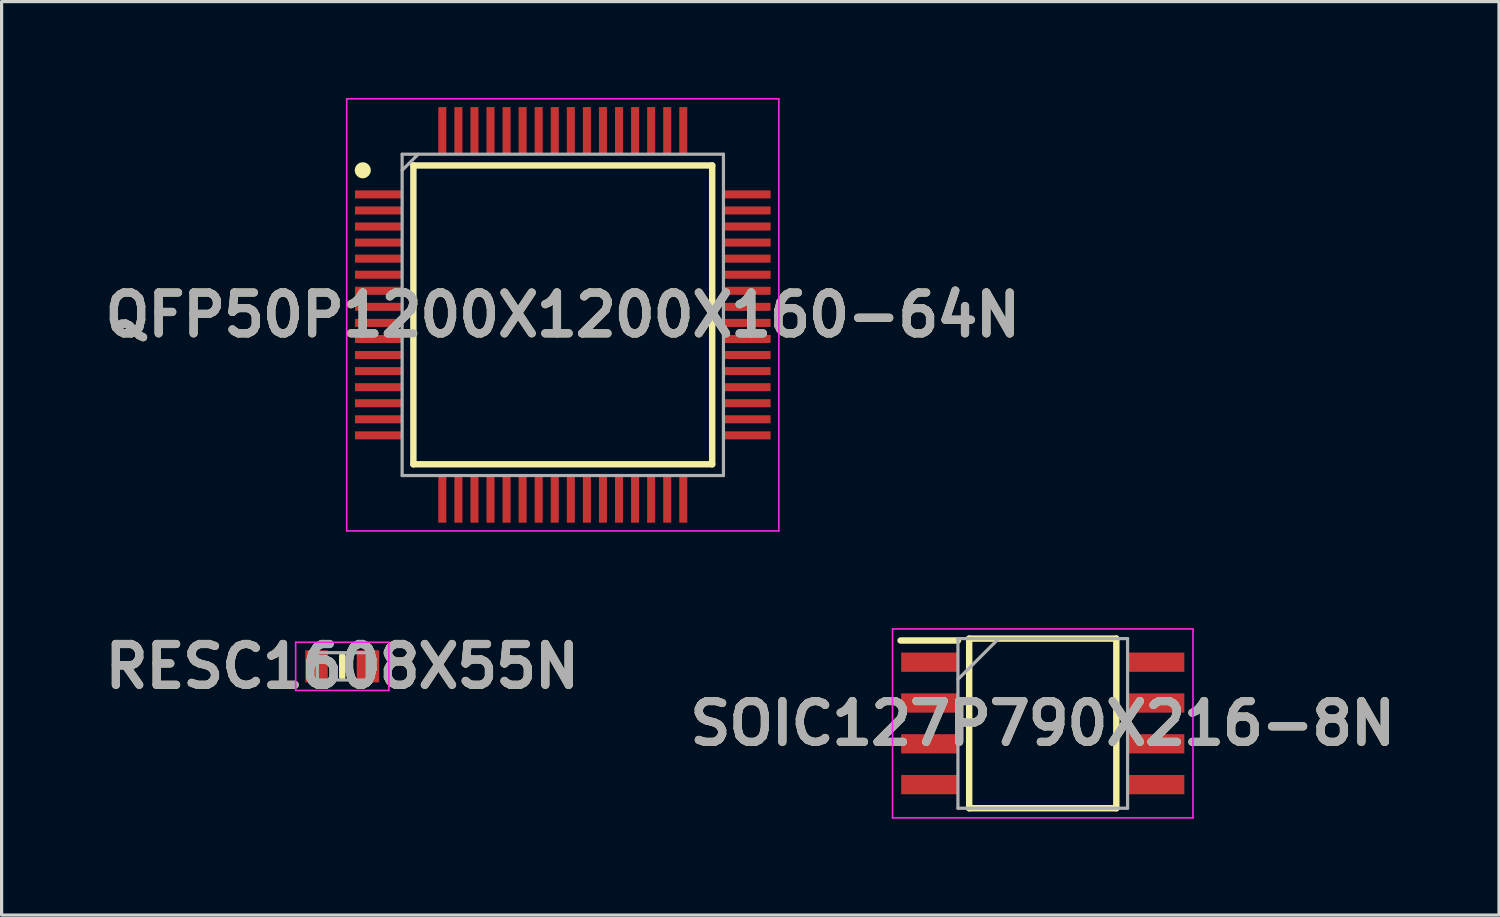
<source format=kicad_pcb>
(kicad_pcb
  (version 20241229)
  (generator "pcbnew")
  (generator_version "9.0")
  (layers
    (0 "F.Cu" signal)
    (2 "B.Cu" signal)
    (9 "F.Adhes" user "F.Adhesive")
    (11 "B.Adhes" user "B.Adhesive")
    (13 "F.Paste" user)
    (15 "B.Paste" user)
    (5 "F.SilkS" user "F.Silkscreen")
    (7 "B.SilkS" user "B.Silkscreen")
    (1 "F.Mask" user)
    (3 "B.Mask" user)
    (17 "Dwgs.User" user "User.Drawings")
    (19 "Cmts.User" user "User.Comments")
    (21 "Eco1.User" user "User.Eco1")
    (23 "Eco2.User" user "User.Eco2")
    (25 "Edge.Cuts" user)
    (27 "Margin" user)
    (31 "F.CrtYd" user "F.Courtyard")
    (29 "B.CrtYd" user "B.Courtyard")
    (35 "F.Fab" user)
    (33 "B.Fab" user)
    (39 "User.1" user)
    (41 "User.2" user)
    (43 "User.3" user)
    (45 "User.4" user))
  (footprint "RESC1608X55N"
    (layer "F.Cu")
    (at 7.602 17.689)
    (property "Reference" "RESC1608X55N" (at 0 0 0) (layer "F.SilkS") (effects (font (size 1.27 1.27) (thickness 0.254))))
    (attr smd)
    (fp_line (start 0 -0.325) (end 0 0.325) (stroke (width 0.2) (type solid)) (layer "F.SilkS"))
    (fp_line (start -1.45 -0.75) (end 1.45 -0.75) (stroke (width 0.05) (type solid)) (layer "F.CrtYd"))
    (fp_line (start -1.45 0.75) (end -1.45 -0.75) (stroke (width 0.05) (type solid)) (layer "F.CrtYd"))
    (fp_line (start 1.45 -0.75) (end 1.45 0.75) (stroke (width 0.05) (type solid)) (layer "F.CrtYd"))
    (fp_line (start 1.45 0.75) (end -1.45 0.75) (stroke (width 0.05) (type solid)) (layer "F.CrtYd"))
    (fp_line (start -0.775 -0.425) (end 0.775 -0.425) (stroke (width 0.1) (type solid)) (layer "F.Fab"))
    (fp_line (start -0.775 0.425) (end -0.775 -0.425) (stroke (width 0.1) (type solid)) (layer "F.Fab"))
    (fp_line (start 0.775 -0.425) (end 0.775 0.425) (stroke (width 0.1) (type solid)) (layer "F.Fab"))
    (fp_line (start 0.775 0.425) (end -0.775 0.425) (stroke (width 0.1) (type solid)) (layer "F.Fab"))
    (fp_text user "${REFERENCE}" (at 0 0 0) (layer "F.Fab") (effects (font (size 1.27 1.27) (thickness 0.254))))
    (pad "1" smd rect (at -0.8 0) (size 0.7 1) (layers "F.Cu" "F.Mask" "F.Paste"))
    (pad "2" smd rect (at 0.8 0) (size 0.7 1) (layers "F.Cu" "F.Mask" "F.Paste")))
  (footprint "QFP50P1200X1200X160-64N"
    (layer "F.Cu")
    (at 14.466 6.75)
    (property "Reference" "QFP50P1200X1200X160-64N" (at 0 0 0) (layer "F.SilkS") (effects (font (size 1.27 1.27) (thickness 0.254))))
    (attr smd)
    (fp_line (start -4.65 -4.65) (end 4.65 -4.65) (stroke (width 0.2) (type solid)) (layer "F.SilkS"))
    (fp_line (start -4.65 4.65) (end -4.65 -4.65) (stroke (width 0.2) (type solid)) (layer "F.SilkS"))
    (fp_line (start 4.65 -4.65) (end 4.65 4.65) (stroke (width 0.2) (type solid)) (layer "F.SilkS"))
    (fp_line (start 4.65 4.65) (end -4.65 4.65) (stroke (width 0.2) (type solid)) (layer "F.SilkS"))
    (fp_circle (center -6.225 -4.5) (end -6.225 -4.375) (stroke (width 0.25) (type solid)) (fill no) (layer "F.SilkS"))
    (fp_line (start -6.725 -6.725) (end 6.725 -6.725) (stroke (width 0.05) (type solid)) (layer "F.CrtYd"))
    (fp_line (start -6.725 6.725) (end -6.725 -6.725) (stroke (width 0.05) (type solid)) (layer "F.CrtYd"))
    (fp_line (start 6.725 -6.725) (end 6.725 6.725) (stroke (width 0.05) (type solid)) (layer "F.CrtYd"))
    (fp_line (start 6.725 6.725) (end -6.725 6.725) (stroke (width 0.05) (type solid)) (layer "F.CrtYd"))
    (fp_line (start -5 -5) (end 5 -5) (stroke (width 0.1) (type solid)) (layer "F.Fab"))
    (fp_line (start -5 -4.5) (end -4.5 -5) (stroke (width 0.1) (type solid)) (layer "F.Fab"))
    (fp_line (start -5 5) (end -5 -5) (stroke (width 0.1) (type solid)) (layer "F.Fab"))
    (fp_line (start 5 -5) (end 5 5) (stroke (width 0.1) (type solid)) (layer "F.Fab"))
    (fp_line (start 5 5) (end -5 5) (stroke (width 0.1) (type solid)) (layer "F.Fab"))
    (fp_text user "${REFERENCE}" (at 0 0 0) (layer "F.Fab") (effects (font (size 1.27 1.27) (thickness 0.254))))
    (pad "1" smd rect (at -5.738 -3.75 90) (size 0.25 1.46) (layers "F.Cu" "F.Mask" "F.Paste"))
    (pad "2" smd rect (at -5.738 -3.25 90) (size 0.25 1.46) (layers "F.Cu" "F.Mask" "F.Paste"))
    (pad "3" smd rect (at -5.738 -2.75 90) (size 0.25 1.46) (layers "F.Cu" "F.Mask" "F.Paste"))
    (pad "4" smd rect (at -5.738 -2.25 90) (size 0.25 1.46) (layers "F.Cu" "F.Mask" "F.Paste"))
    (pad "5" smd rect (at -5.738 -1.75 90) (size 0.25 1.46) (layers "F.Cu" "F.Mask" "F.Paste"))
    (pad "6" smd rect (at -5.738 -1.25 90) (size 0.25 1.46) (layers "F.Cu" "F.Mask" "F.Paste"))
    (pad "7" smd rect (at -5.738 -0.75 90) (size 0.25 1.46) (layers "F.Cu" "F.Mask" "F.Paste"))
    (pad "8" smd rect (at -5.738 -0.25 90) (size 0.25 1.46) (layers "F.Cu" "F.Mask" "F.Paste"))
    (pad "9" smd rect (at -5.738 0.25 90) (size 0.25 1.46) (layers "F.Cu" "F.Mask" "F.Paste"))
    (pad "10" smd rect (at -5.738 0.75 90) (size 0.25 1.46) (layers "F.Cu" "F.Mask" "F.Paste"))
    (pad "11" smd rect (at -5.738 1.25 90) (size 0.25 1.46) (layers "F.Cu" "F.Mask" "F.Paste"))
    (pad "12" smd rect (at -5.738 1.75 90) (size 0.25 1.46) (layers "F.Cu" "F.Mask" "F.Paste"))
    (pad "13" smd rect (at -5.738 2.25 90) (size 0.25 1.46) (layers "F.Cu" "F.Mask" "F.Paste"))
    (pad "14" smd rect (at -5.738 2.75 90) (size 0.25 1.46) (layers "F.Cu" "F.Mask" "F.Paste"))
    (pad "15" smd rect (at -5.738 3.25 90) (size 0.25 1.46) (layers "F.Cu" "F.Mask" "F.Paste"))
    (pad "16" smd rect (at -5.738 3.75 90) (size 0.25 1.46) (layers "F.Cu" "F.Mask" "F.Paste"))
    (pad "17" smd rect (at -3.75 5.738) (size 0.25 1.46) (layers "F.Cu" "F.Mask" "F.Paste"))
    (pad "18" smd rect (at -3.25 5.738) (size 0.25 1.46) (layers "F.Cu" "F.Mask" "F.Paste"))
    (pad "19" smd rect (at -2.75 5.738) (size 0.25 1.46) (layers "F.Cu" "F.Mask" "F.Paste"))
    (pad "20" smd rect (at -2.25 5.738) (size 0.25 1.46) (layers "F.Cu" "F.Mask" "F.Paste"))
    (pad "21" smd rect (at -1.75 5.738) (size 0.25 1.46) (layers "F.Cu" "F.Mask" "F.Paste"))
    (pad "22" smd rect (at -1.25 5.738) (size 0.25 1.46) (layers "F.Cu" "F.Mask" "F.Paste"))
    (pad "23" smd rect (at -0.75 5.738) (size 0.25 1.46) (layers "F.Cu" "F.Mask" "F.Paste"))
    (pad "24" smd rect (at -0.25 5.738) (size 0.25 1.46) (layers "F.Cu" "F.Mask" "F.Paste"))
    (pad "25" smd rect (at 0.25 5.738) (size 0.25 1.46) (layers "F.Cu" "F.Mask" "F.Paste"))
    (pad "26" smd rect (at 0.75 5.738) (size 0.25 1.46) (layers "F.Cu" "F.Mask" "F.Paste"))
    (pad "27" smd rect (at 1.25 5.738) (size 0.25 1.46) (layers "F.Cu" "F.Mask" "F.Paste"))
    (pad "28" smd rect (at 1.75 5.738) (size 0.25 1.46) (layers "F.Cu" "F.Mask" "F.Paste"))
    (pad "29" smd rect (at 2.25 5.738) (size 0.25 1.46) (layers "F.Cu" "F.Mask" "F.Paste"))
    (pad "30" smd rect (at 2.75 5.738) (size 0.25 1.46) (layers "F.Cu" "F.Mask" "F.Paste"))
    (pad "31" smd rect (at 3.25 5.738) (size 0.25 1.46) (layers "F.Cu" "F.Mask" "F.Paste"))
    (pad "32" smd rect (at 3.75 5.738) (size 0.25 1.46) (layers "F.Cu" "F.Mask" "F.Paste"))
    (pad "33" smd rect (at 5.738 3.75 90) (size 0.25 1.46) (layers "F.Cu" "F.Mask" "F.Paste"))
    (pad "34" smd rect (at 5.738 3.25 90) (size 0.25 1.46) (layers "F.Cu" "F.Mask" "F.Paste"))
    (pad "35" smd rect (at 5.738 2.75 90) (size 0.25 1.46) (layers "F.Cu" "F.Mask" "F.Paste"))
    (pad "36" smd rect (at 5.738 2.25 90) (size 0.25 1.46) (layers "F.Cu" "F.Mask" "F.Paste"))
    (pad "37" smd rect (at 5.738 1.75 90) (size 0.25 1.46) (layers "F.Cu" "F.Mask" "F.Paste"))
    (pad "38" smd rect (at 5.738 1.25 90) (size 0.25 1.46) (layers "F.Cu" "F.Mask" "F.Paste"))
    (pad "39" smd rect (at 5.738 0.75 90) (size 0.25 1.46) (layers "F.Cu" "F.Mask" "F.Paste"))
    (pad "40" smd rect (at 5.738 0.25 90) (size 0.25 1.46) (layers "F.Cu" "F.Mask" "F.Paste"))
    (pad "41" smd rect (at 5.738 -0.25 90) (size 0.25 1.46) (layers "F.Cu" "F.Mask" "F.Paste"))
    (pad "42" smd rect (at 5.738 -0.75 90) (size 0.25 1.46) (layers "F.Cu" "F.Mask" "F.Paste"))
    (pad "43" smd rect (at 5.738 -1.25 90) (size 0.25 1.46) (layers "F.Cu" "F.Mask" "F.Paste"))
    (pad "44" smd rect (at 5.738 -1.75 90) (size 0.25 1.46) (layers "F.Cu" "F.Mask" "F.Paste"))
    (pad "45" smd rect (at 5.738 -2.25 90) (size 0.25 1.46) (layers "F.Cu" "F.Mask" "F.Paste"))
    (pad "46" smd rect (at 5.738 -2.75 90) (size 0.25 1.46) (layers "F.Cu" "F.Mask" "F.Paste"))
    (pad "47" smd rect (at 5.738 -3.25 90) (size 0.25 1.46) (layers "F.Cu" "F.Mask" "F.Paste"))
    (pad "48" smd rect (at 5.738 -3.75 90) (size 0.25 1.46) (layers "F.Cu" "F.Mask" "F.Paste"))
    (pad "49" smd rect (at 3.75 -5.738) (size 0.25 1.46) (layers "F.Cu" "F.Mask" "F.Paste"))
    (pad "50" smd rect (at 3.25 -5.738) (size 0.25 1.46) (layers "F.Cu" "F.Mask" "F.Paste"))
    (pad "51" smd rect (at 2.75 -5.738) (size 0.25 1.46) (layers "F.Cu" "F.Mask" "F.Paste"))
    (pad "52" smd rect (at 2.25 -5.738) (size 0.25 1.46) (layers "F.Cu" "F.Mask" "F.Paste"))
    (pad "53" smd rect (at 1.75 -5.738) (size 0.25 1.46) (layers "F.Cu" "F.Mask" "F.Paste"))
    (pad "54" smd rect (at 1.25 -5.738) (size 0.25 1.46) (layers "F.Cu" "F.Mask" "F.Paste"))
    (pad "55" smd rect (at 0.75 -5.738) (size 0.25 1.46) (layers "F.Cu" "F.Mask" "F.Paste"))
    (pad "56" smd rect (at 0.25 -5.738) (size 0.25 1.46) (layers "F.Cu" "F.Mask" "F.Paste"))
    (pad "57" smd rect (at -0.25 -5.738) (size 0.25 1.46) (layers "F.Cu" "F.Mask" "F.Paste"))
    (pad "58" smd rect (at -0.75 -5.738) (size 0.25 1.46) (layers "F.Cu" "F.Mask" "F.Paste"))
    (pad "59" smd rect (at -1.25 -5.738) (size 0.25 1.46) (layers "F.Cu" "F.Mask" "F.Paste"))
    (pad "60" smd rect (at -1.75 -5.738) (size 0.25 1.46) (layers "F.Cu" "F.Mask" "F.Paste"))
    (pad "61" smd rect (at -2.25 -5.738) (size 0.25 1.46) (layers "F.Cu" "F.Mask" "F.Paste"))
    (pad "62" smd rect (at -2.75 -5.738) (size 0.25 1.46) (layers "F.Cu" "F.Mask" "F.Paste"))
    (pad "63" smd rect (at -3.25 -5.738) (size 0.25 1.46) (layers "F.Cu" "F.Mask" "F.Paste"))
    (pad "64" smd rect (at -3.75 -5.738) (size 0.25 1.46) (layers "F.Cu" "F.Mask" "F.Paste")))
  (footprint "SOIC127P790X216-8N"
    (layer "F.Cu")
    (at 29.404 19.465)
    (property "Reference" "SOIC127P790X216-8N" (at 0 0 0) (layer "F.SilkS") (effects (font (size 1.27 1.27) (thickness 0.254))))
    (attr smd)
    (fp_line (start -4.425 -2.58) (end -2.64 -2.58) (stroke (width 0.2) (type solid)) (layer "F.SilkS"))
    (fp_line (start -2.29 -2.64) (end 2.29 -2.64) (stroke (width 0.2) (type solid)) (layer "F.SilkS"))
    (fp_line (start -2.29 2.64) (end -2.29 -2.64) (stroke (width 0.2) (type solid)) (layer "F.SilkS"))
    (fp_line (start 2.29 -2.64) (end 2.29 2.64) (stroke (width 0.2) (type solid)) (layer "F.SilkS"))
    (fp_line (start 2.29 2.64) (end -2.29 2.64) (stroke (width 0.2) (type solid)) (layer "F.SilkS"))
    (fp_line (start -4.675 -2.94) (end 4.675 -2.94) (stroke (width 0.05) (type solid)) (layer "F.CrtYd"))
    (fp_line (start -4.675 2.94) (end -4.675 -2.94) (stroke (width 0.05) (type solid)) (layer "F.CrtYd"))
    (fp_line (start 4.675 -2.94) (end 4.675 2.94) (stroke (width 0.05) (type solid)) (layer "F.CrtYd"))
    (fp_line (start 4.675 2.94) (end -4.675 2.94) (stroke (width 0.05) (type solid)) (layer "F.CrtYd"))
    (fp_line (start -2.64 -2.64) (end 2.64 -2.64) (stroke (width 0.1) (type solid)) (layer "F.Fab"))
    (fp_line (start -2.64 -1.37) (end -1.37 -2.64) (stroke (width 0.1) (type solid)) (layer "F.Fab"))
    (fp_line (start -2.64 2.64) (end -2.64 -2.64) (stroke (width 0.1) (type solid)) (layer "F.Fab"))
    (fp_line (start 2.64 -2.64) (end 2.64 2.64) (stroke (width 0.1) (type solid)) (layer "F.Fab"))
    (fp_line (start 2.64 2.64) (end -2.64 2.64) (stroke (width 0.1) (type solid)) (layer "F.Fab"))
    (fp_text user "${REFERENCE}" (at 0 0 0) (layer "F.Fab") (effects (font (size 1.27 1.27) (thickness 0.254))))
    (pad "1" smd rect (at -3.532 -1.905 90) (size 0.6 1.75) (layers "F.Cu" "F.Mask" "F.Paste"))
    (pad "2" smd rect (at -3.532 -0.635 90) (size 0.6 1.75) (layers "F.Cu" "F.Mask" "F.Paste"))
    (pad "3" smd rect (at -3.532 0.635 90) (size 0.6 1.75) (layers "F.Cu" "F.Mask" "F.Paste"))
    (pad "4" smd rect (at -3.532 1.905 90) (size 0.6 1.75) (layers "F.Cu" "F.Mask" "F.Paste"))
    (pad "5" smd rect (at 3.532 1.905 90) (size 0.6 1.75) (layers "F.Cu" "F.Mask" "F.Paste"))
    (pad "6" smd rect (at 3.532 0.635 90) (size 0.6 1.75) (layers "F.Cu" "F.Mask" "F.Paste"))
    (pad "7" smd rect (at 3.532 -0.635 90) (size 0.6 1.75) (layers "F.Cu" "F.Mask" "F.Paste"))
    (pad "8" smd rect (at 3.532 -1.905 90) (size 0.6 1.75) (layers "F.Cu" "F.Mask" "F.Paste")))
  (gr_rect
    (start -3 -3)
    (end 43.604 25.43)
    (stroke (width 0.1) (type default))
    (fill no)
    (layer "Edge.Cuts")))
</source>
